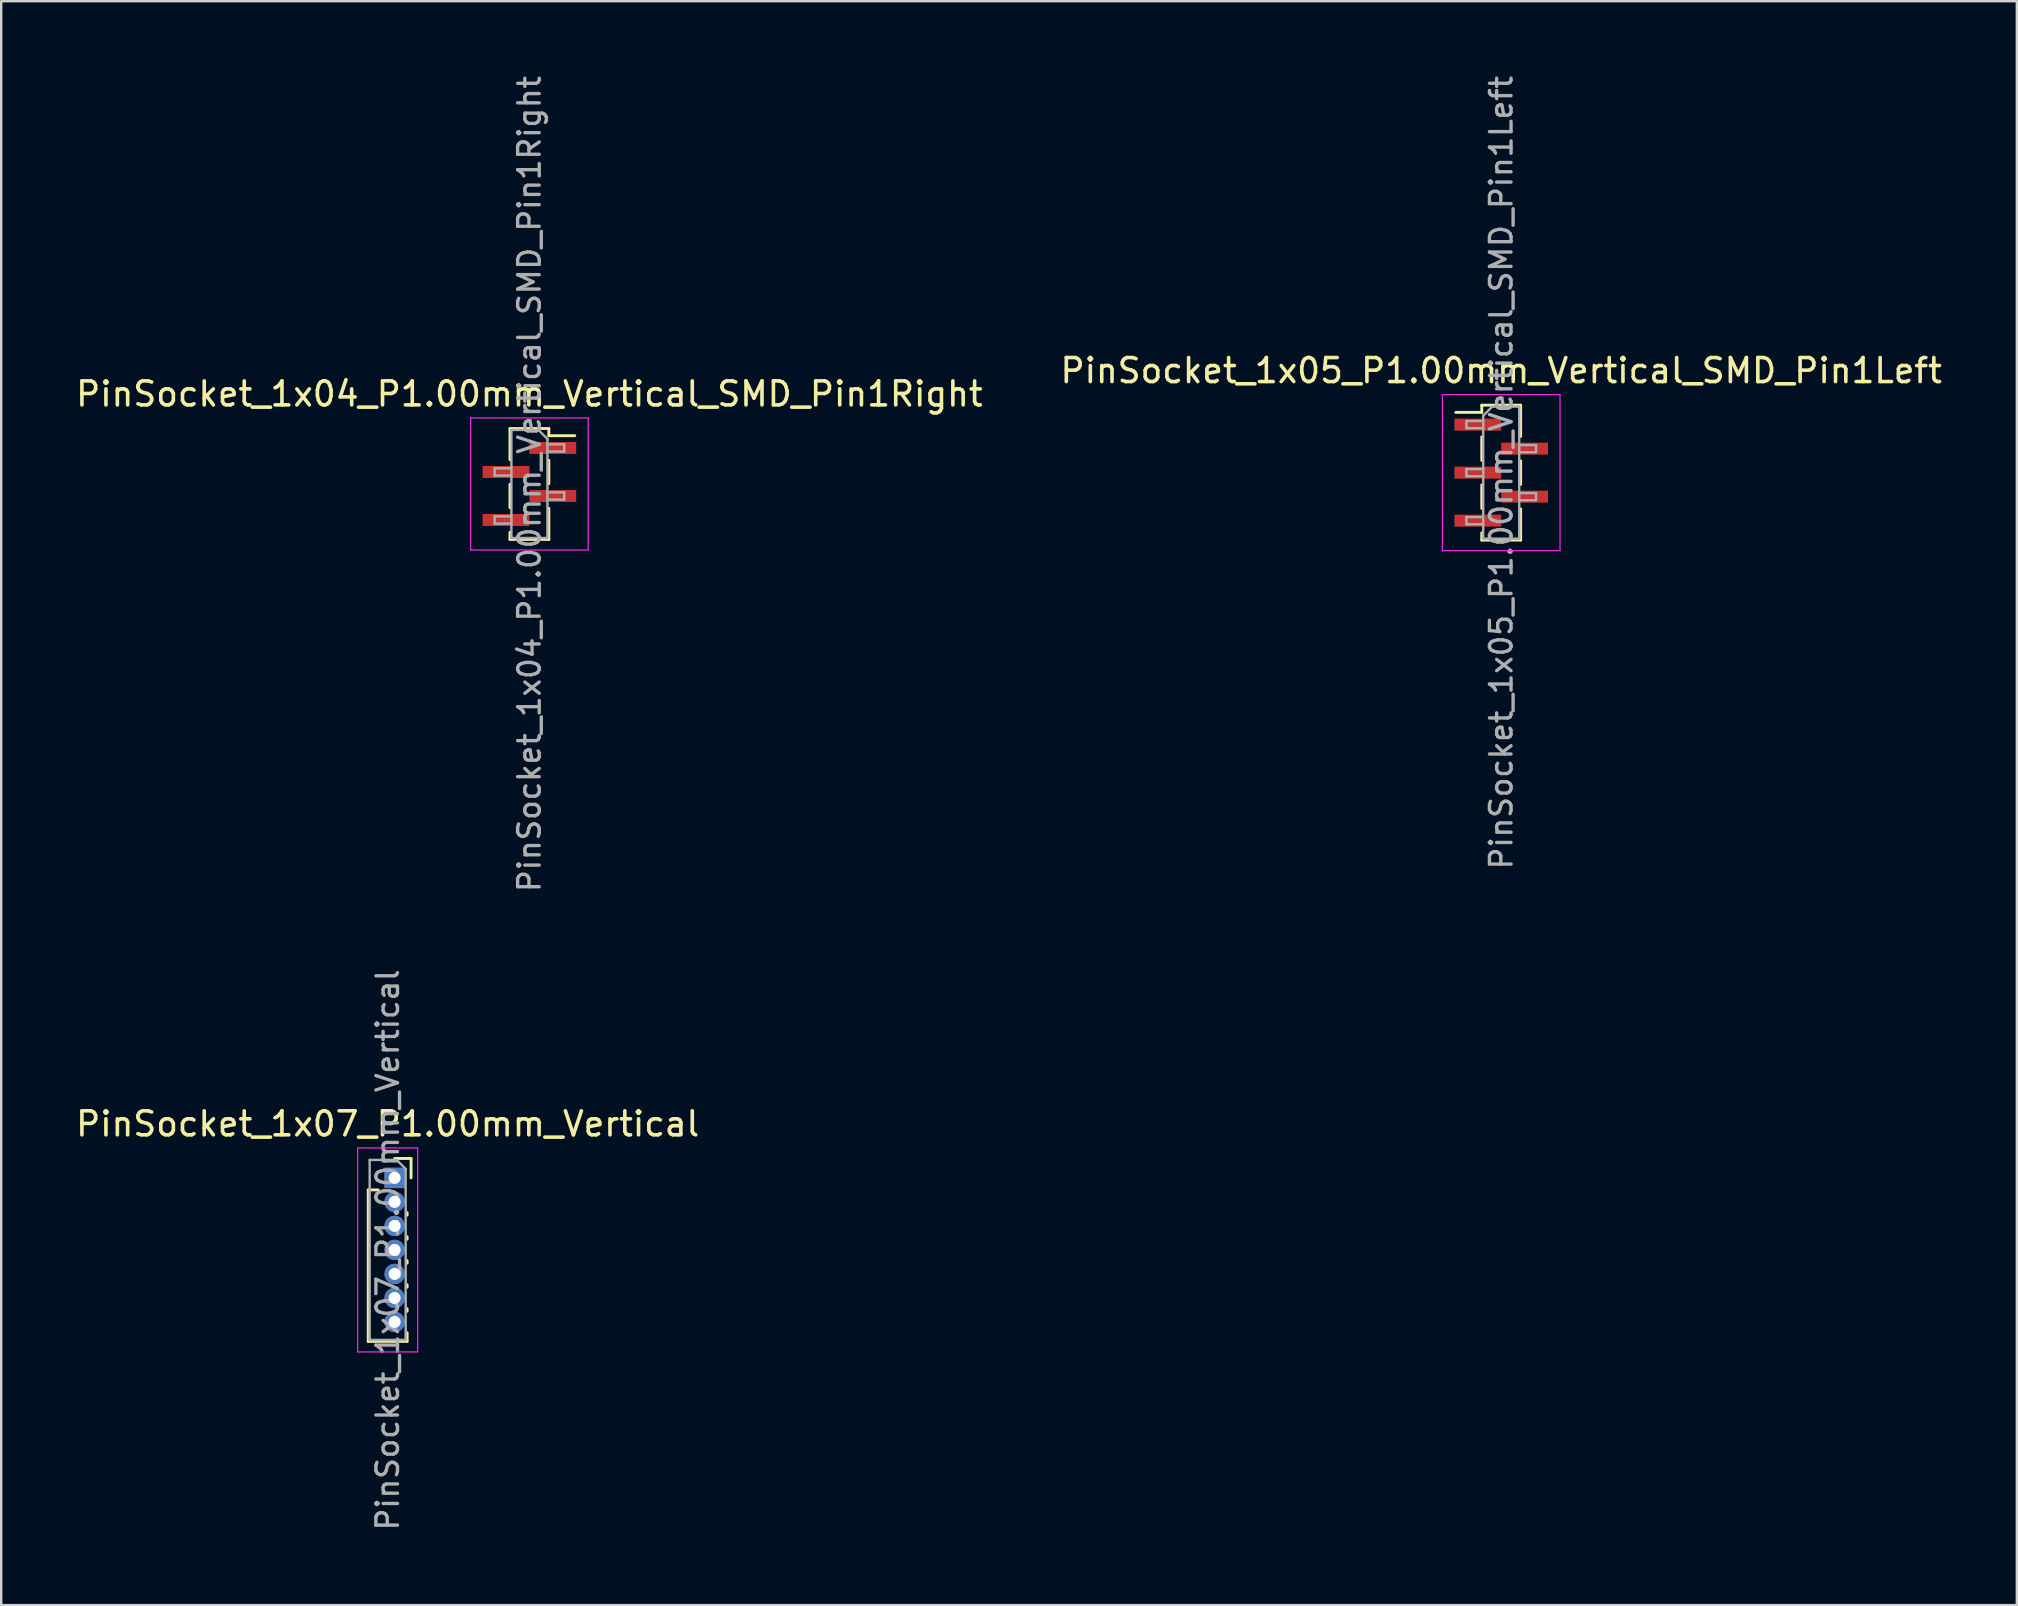
<source format=kicad_pcb>
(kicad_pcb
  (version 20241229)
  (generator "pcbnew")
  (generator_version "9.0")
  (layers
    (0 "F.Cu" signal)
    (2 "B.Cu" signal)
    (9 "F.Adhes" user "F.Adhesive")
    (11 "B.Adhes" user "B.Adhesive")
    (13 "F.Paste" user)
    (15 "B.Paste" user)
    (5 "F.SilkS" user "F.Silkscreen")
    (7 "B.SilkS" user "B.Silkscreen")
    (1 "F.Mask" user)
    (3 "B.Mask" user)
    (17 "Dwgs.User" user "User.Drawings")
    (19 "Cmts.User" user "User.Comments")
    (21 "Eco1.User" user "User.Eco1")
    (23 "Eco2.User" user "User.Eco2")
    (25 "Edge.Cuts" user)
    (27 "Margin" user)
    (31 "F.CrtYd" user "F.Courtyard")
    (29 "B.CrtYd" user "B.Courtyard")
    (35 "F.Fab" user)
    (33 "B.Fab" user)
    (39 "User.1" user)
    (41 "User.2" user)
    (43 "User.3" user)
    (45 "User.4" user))
  (footprint "PinSocket_1x04_P1.00mm_Vertical_SMD_Pin1Right"
    (layer "F.Cu")
    (at 19.006 17.113)
    (property "Reference" "PinSocket_1x04_P1.00mm_Vertical_SMD_Pin1Right" (at 0 -3.75 0) (layer "F.SilkS") (effects (font (size 1 1) (thickness 0.15))))
    (attr smd)
    (fp_line (start -0.81 -2.31) (end -0.81 -1.01) (stroke (width 0.12) (type solid)) (layer "F.SilkS"))
    (fp_line (start -0.81 -2.31) (end 0.81 -2.31) (stroke (width 0.12) (type solid)) (layer "F.SilkS"))
    (fp_line (start -0.81 0.01) (end -0.81 0.99) (stroke (width 0.12) (type solid)) (layer "F.SilkS"))
    (fp_line (start -0.81 2.01) (end -0.81 2.31) (stroke (width 0.12) (type solid)) (layer "F.SilkS"))
    (fp_line (start -0.81 2.31) (end 0.81 2.31) (stroke (width 0.12) (type solid)) (layer "F.SilkS"))
    (fp_line (start 0.81 -2.31) (end 0.81 -2.01) (stroke (width 0.12) (type solid)) (layer "F.SilkS"))
    (fp_line (start 0.81 -2.01) (end 1.89 -2.01) (stroke (width 0.12) (type solid)) (layer "F.SilkS"))
    (fp_line (start 0.81 -0.99) (end 0.81 -0.01) (stroke (width 0.12) (type solid)) (layer "F.SilkS"))
    (fp_line (start 0.81 1.01) (end 0.81 2.31) (stroke (width 0.12) (type solid)) (layer "F.SilkS"))
    (fp_line (start -2.45 -2.75) (end 2.45 -2.75) (stroke (width 0.05) (type solid)) (layer "F.CrtYd"))
    (fp_line (start -2.45 2.75) (end -2.45 -2.75) (stroke (width 0.05) (type solid)) (layer "F.CrtYd"))
    (fp_line (start 2.45 -2.75) (end 2.45 2.75) (stroke (width 0.05) (type solid)) (layer "F.CrtYd"))
    (fp_line (start 2.45 2.75) (end -2.45 2.75) (stroke (width 0.05) (type solid)) (layer "F.CrtYd"))
    (fp_line (start -1.45 -0.65) (end -0.75 -0.65) (stroke (width 0.1) (type solid)) (layer "F.Fab"))
    (fp_line (start -1.45 -0.35) (end -1.45 -0.65) (stroke (width 0.1) (type solid)) (layer "F.Fab"))
    (fp_line (start -1.45 1.35) (end -0.75 1.35) (stroke (width 0.1) (type solid)) (layer "F.Fab"))
    (fp_line (start -1.45 1.65) (end -1.45 1.35) (stroke (width 0.1) (type solid)) (layer "F.Fab"))
    (fp_line (start -0.75 -2.25) (end 0.375 -2.25) (stroke (width 0.1) (type solid)) (layer "F.Fab"))
    (fp_line (start -0.75 -0.35) (end -1.45 -0.35) (stroke (width 0.1) (type solid)) (layer "F.Fab"))
    (fp_line (start -0.75 1.65) (end -1.45 1.65) (stroke (width 0.1) (type solid)) (layer "F.Fab"))
    (fp_line (start -0.75 2.25) (end -0.75 -2.25) (stroke (width 0.1) (type solid)) (layer "F.Fab"))
    (fp_line (start 0.375 -2.25) (end 0.75 -1.875) (stroke (width 0.1) (type solid)) (layer "F.Fab"))
    (fp_line (start 0.75 -1.875) (end 0.75 2.25) (stroke (width 0.1) (type solid)) (layer "F.Fab"))
    (fp_line (start 0.75 -1.65) (end 1.45 -1.65) (stroke (width 0.1) (type solid)) (layer "F.Fab"))
    (fp_line (start 0.75 0.35) (end 1.45 0.35) (stroke (width 0.1) (type solid)) (layer "F.Fab"))
    (fp_line (start 0.75 2.25) (end -0.75 2.25) (stroke (width 0.1) (type solid)) (layer "F.Fab"))
    (fp_line (start 1.45 -1.65) (end 1.45 -1.35) (stroke (width 0.1) (type solid)) (layer "F.Fab"))
    (fp_line (start 1.45 -1.35) (end 0.75 -1.35) (stroke (width 0.1) (type solid)) (layer "F.Fab"))
    (fp_line (start 1.45 0.35) (end 1.45 0.65) (stroke (width 0.1) (type solid)) (layer "F.Fab"))
    (fp_line (start 1.45 0.65) (end 0.75 0.65) (stroke (width 0.1) (type solid)) (layer "F.Fab"))
    (fp_text user "${REFERENCE}" (at 0 0 90) (layer "F.Fab") (effects (font (size 0.9 0.9) (thickness 0.14))))
    (pad "1" smd rect (at 0.975 -1.5) (size 1.95 0.5) (layers "F.Cu" "F.Mask" "F.Paste"))
    (pad "2" smd rect (at -0.975 -0.5) (size 1.95 0.5) (layers "F.Cu" "F.Mask" "F.Paste"))
    (pad "3" smd rect (at 0.975 0.5) (size 1.95 0.5) (layers "F.Cu" "F.Mask" "F.Paste"))
    (pad "4" smd rect (at -0.975 1.5) (size 1.95 0.5) (layers "F.Cu" "F.Mask" "F.Paste")))
  (footprint "PinSocket_1x07_P1.00mm_Vertical"
    (layer "F.Cu")
    (at 13.391 46.024)
    (property "Reference" "PinSocket_1x07_P1.00mm_Vertical" (at -0.29 -2.25 0) (layer "F.SilkS") (effects (font (size 1 1) (thickness 0.15))))
    (attr through_hole)
    (fp_line (start -1.1 0.5) (end -1.1 6.81) (stroke (width 0.12) (type solid)) (layer "F.SilkS"))
    (fp_line (start -1.1 0.5) (end -0.685 0.5) (stroke (width 0.12) (type solid)) (layer "F.SilkS"))
    (fp_line (start -1.1 6.81) (end 0.52 6.81) (stroke (width 0.12) (type solid)) (layer "F.SilkS"))
    (fp_line (start 0 -0.81) (end 0.685 -0.81) (stroke (width 0.12) (type solid)) (layer "F.SilkS"))
    (fp_line (start 0.52 1.446) (end 0.52 1.554) (stroke (width 0.12) (type solid)) (layer "F.SilkS"))
    (fp_line (start 0.52 2.446) (end 0.52 2.554) (stroke (width 0.12) (type solid)) (layer "F.SilkS"))
    (fp_line (start 0.52 3.446) (end 0.52 3.554) (stroke (width 0.12) (type solid)) (layer "F.SilkS"))
    (fp_line (start 0.52 4.446) (end 0.52 4.554) (stroke (width 0.12) (type solid)) (layer "F.SilkS"))
    (fp_line (start 0.52 5.446) (end 0.52 5.554) (stroke (width 0.12) (type solid)) (layer "F.SilkS"))
    (fp_line (start 0.52 6.446) (end 0.52 6.81) (stroke (width 0.12) (type solid)) (layer "F.SilkS"))
    (fp_line (start 0.685 -0.81) (end 0.685 0) (stroke (width 0.12) (type solid)) (layer "F.SilkS"))
    (fp_line (start -1.54 -1.25) (end 0.96 -1.25) (stroke (width 0.05) (type solid)) (layer "F.CrtYd"))
    (fp_line (start -1.54 7.25) (end -1.54 -1.25) (stroke (width 0.05) (type solid)) (layer "F.CrtYd"))
    (fp_line (start 0.96 -1.25) (end 0.96 7.25) (stroke (width 0.05) (type solid)) (layer "F.CrtYd"))
    (fp_line (start 0.96 7.25) (end -1.54 7.25) (stroke (width 0.05) (type solid)) (layer "F.CrtYd"))
    (fp_line (start -1.04 -0.75) (end 0.085 -0.75) (stroke (width 0.1) (type solid)) (layer "F.Fab"))
    (fp_line (start -1.04 6.75) (end -1.04 -0.75) (stroke (width 0.1) (type solid)) (layer "F.Fab"))
    (fp_line (start 0.085 -0.75) (end 0.46 -0.375) (stroke (width 0.1) (type solid)) (layer "F.Fab"))
    (fp_line (start 0.46 -0.375) (end 0.46 6.75) (stroke (width 0.1) (type solid)) (layer "F.Fab"))
    (fp_line (start 0.46 6.75) (end -1.04 6.75) (stroke (width 0.1) (type solid)) (layer "F.Fab"))
    (fp_text user "${REFERENCE}" (at -0.29 3 90) (layer "F.Fab") (effects (font (size 0.9 0.9) (thickness 0.14))))
    (pad "1" thru_hole rect (at 0 0) (size 0.85 0.85) (drill 0.5) (layers "*.Cu" "*.Mask"))
    (pad "2" thru_hole oval (at 0 1) (size 0.85 0.85) (drill 0.5) (layers "*.Cu" "*.Mask"))
    (pad "3" thru_hole oval (at 0 2) (size 0.85 0.85) (drill 0.5) (layers "*.Cu" "*.Mask"))
    (pad "4" thru_hole oval (at 0 3) (size 0.85 0.85) (drill 0.5) (layers "*.Cu" "*.Mask"))
    (pad "5" thru_hole oval (at 0 4) (size 0.85 0.85) (drill 0.5) (layers "*.Cu" "*.Mask"))
    (pad "6" thru_hole oval (at 0 5) (size 0.85 0.85) (drill 0.5) (layers "*.Cu" "*.Mask"))
    (pad "7" thru_hole oval (at 0 6) (size 0.85 0.85) (drill 0.5) (layers "*.Cu" "*.Mask")))
  (footprint "PinSocket_1x05_P1.00mm_Vertical_SMD_Pin1Left"
    (layer "F.Cu")
    (at 59.494 16.641)
    (property "Reference" "PinSocket_1x05_P1.00mm_Vertical_SMD_Pin1Left" (at 0 -4.25 0) (layer "F.SilkS") (effects (font (size 1 1) (thickness 0.15))))
    (attr smd)
    (fp_line (start -1.89 -2.51) (end -0.81 -2.51) (stroke (width 0.12) (type solid)) (layer "F.SilkS"))
    (fp_line (start -0.81 -2.81) (end -0.81 -2.51) (stroke (width 0.12) (type solid)) (layer "F.SilkS"))
    (fp_line (start -0.81 -2.81) (end 0.81 -2.81) (stroke (width 0.12) (type solid)) (layer "F.SilkS"))
    (fp_line (start -0.81 -1.49) (end -0.81 -0.51) (stroke (width 0.12) (type solid)) (layer "F.SilkS"))
    (fp_line (start -0.81 0.51) (end -0.81 1.49) (stroke (width 0.12) (type solid)) (layer "F.SilkS"))
    (fp_line (start -0.81 2.51) (end -0.81 2.81) (stroke (width 0.12) (type solid)) (layer "F.SilkS"))
    (fp_line (start -0.81 2.81) (end 0.81 2.81) (stroke (width 0.12) (type solid)) (layer "F.SilkS"))
    (fp_line (start 0.81 -2.81) (end 0.81 -1.51) (stroke (width 0.12) (type solid)) (layer "F.SilkS"))
    (fp_line (start 0.81 -0.49) (end 0.81 0.49) (stroke (width 0.12) (type solid)) (layer "F.SilkS"))
    (fp_line (start 0.81 1.51) (end 0.81 2.81) (stroke (width 0.12) (type solid)) (layer "F.SilkS"))
    (fp_line (start -2.45 -3.25) (end 2.45 -3.25) (stroke (width 0.05) (type solid)) (layer "F.CrtYd"))
    (fp_line (start -2.45 3.25) (end -2.45 -3.25) (stroke (width 0.05) (type solid)) (layer "F.CrtYd"))
    (fp_line (start 2.45 -3.25) (end 2.45 3.25) (stroke (width 0.05) (type solid)) (layer "F.CrtYd"))
    (fp_line (start 2.45 3.25) (end -2.45 3.25) (stroke (width 0.05) (type solid)) (layer "F.CrtYd"))
    (fp_line (start -1.45 -2.15) (end -0.75 -2.15) (stroke (width 0.1) (type solid)) (layer "F.Fab"))
    (fp_line (start -1.45 -1.85) (end -1.45 -2.15) (stroke (width 0.1) (type solid)) (layer "F.Fab"))
    (fp_line (start -1.45 -0.15) (end -0.75 -0.15) (stroke (width 0.1) (type solid)) (layer "F.Fab"))
    (fp_line (start -1.45 0.15) (end -1.45 -0.15) (stroke (width 0.1) (type solid)) (layer "F.Fab"))
    (fp_line (start -1.45 1.85) (end -0.75 1.85) (stroke (width 0.1) (type solid)) (layer "F.Fab"))
    (fp_line (start -1.45 2.15) (end -1.45 1.85) (stroke (width 0.1) (type solid)) (layer "F.Fab"))
    (fp_line (start -0.75 -2.375) (end -0.375 -2.75) (stroke (width 0.1) (type solid)) (layer "F.Fab"))
    (fp_line (start -0.75 -1.85) (end -1.45 -1.85) (stroke (width 0.1) (type solid)) (layer "F.Fab"))
    (fp_line (start -0.75 0.15) (end -1.45 0.15) (stroke (width 0.1) (type solid)) (layer "F.Fab"))
    (fp_line (start -0.75 2.15) (end -1.45 2.15) (stroke (width 0.1) (type solid)) (layer "F.Fab"))
    (fp_line (start -0.75 2.75) (end -0.75 -2.375) (stroke (width 0.1) (type solid)) (layer "F.Fab"))
    (fp_line (start -0.375 -2.75) (end 0.75 -2.75) (stroke (width 0.1) (type solid)) (layer "F.Fab"))
    (fp_line (start 0.75 -2.75) (end 0.75 2.75) (stroke (width 0.1) (type solid)) (layer "F.Fab"))
    (fp_line (start 0.75 -1.15) (end 1.45 -1.15) (stroke (width 0.1) (type solid)) (layer "F.Fab"))
    (fp_line (start 0.75 0.85) (end 1.45 0.85) (stroke (width 0.1) (type solid)) (layer "F.Fab"))
    (fp_line (start 0.75 2.75) (end -0.75 2.75) (stroke (width 0.1) (type solid)) (layer "F.Fab"))
    (fp_line (start 1.45 -1.15) (end 1.45 -0.85) (stroke (width 0.1) (type solid)) (layer "F.Fab"))
    (fp_line (start 1.45 -0.85) (end 0.75 -0.85) (stroke (width 0.1) (type solid)) (layer "F.Fab"))
    (fp_line (start 1.45 0.85) (end 1.45 1.15) (stroke (width 0.1) (type solid)) (layer "F.Fab"))
    (fp_line (start 1.45 1.15) (end 0.75 1.15) (stroke (width 0.1) (type solid)) (layer "F.Fab"))
    (fp_text user "${REFERENCE}" (at 0 0 90) (layer "F.Fab") (effects (font (size 0.9 0.9) (thickness 0.14))))
    (pad "1" smd rect (at -0.975 -2) (size 1.95 0.5) (layers "F.Cu" "F.Mask" "F.Paste"))
    (pad "2" smd rect (at 0.975 -1) (size 1.95 0.5) (layers "F.Cu" "F.Mask" "F.Paste"))
    (pad "3" smd rect (at -0.975 0) (size 1.95 0.5) (layers "F.Cu" "F.Mask" "F.Paste"))
    (pad "4" smd rect (at 0.975 1) (size 1.95 0.5) (layers "F.Cu" "F.Mask" "F.Paste"))
    (pad "5" smd rect (at -0.975 2) (size 1.95 0.5) (layers "F.Cu" "F.Mask" "F.Paste")))
  (gr_rect
    (start -3 -3)
    (end 80.976 63.823)
    (stroke (width 0.1) (type default))
    (fill no)
    (layer "Edge.Cuts")))
</source>
